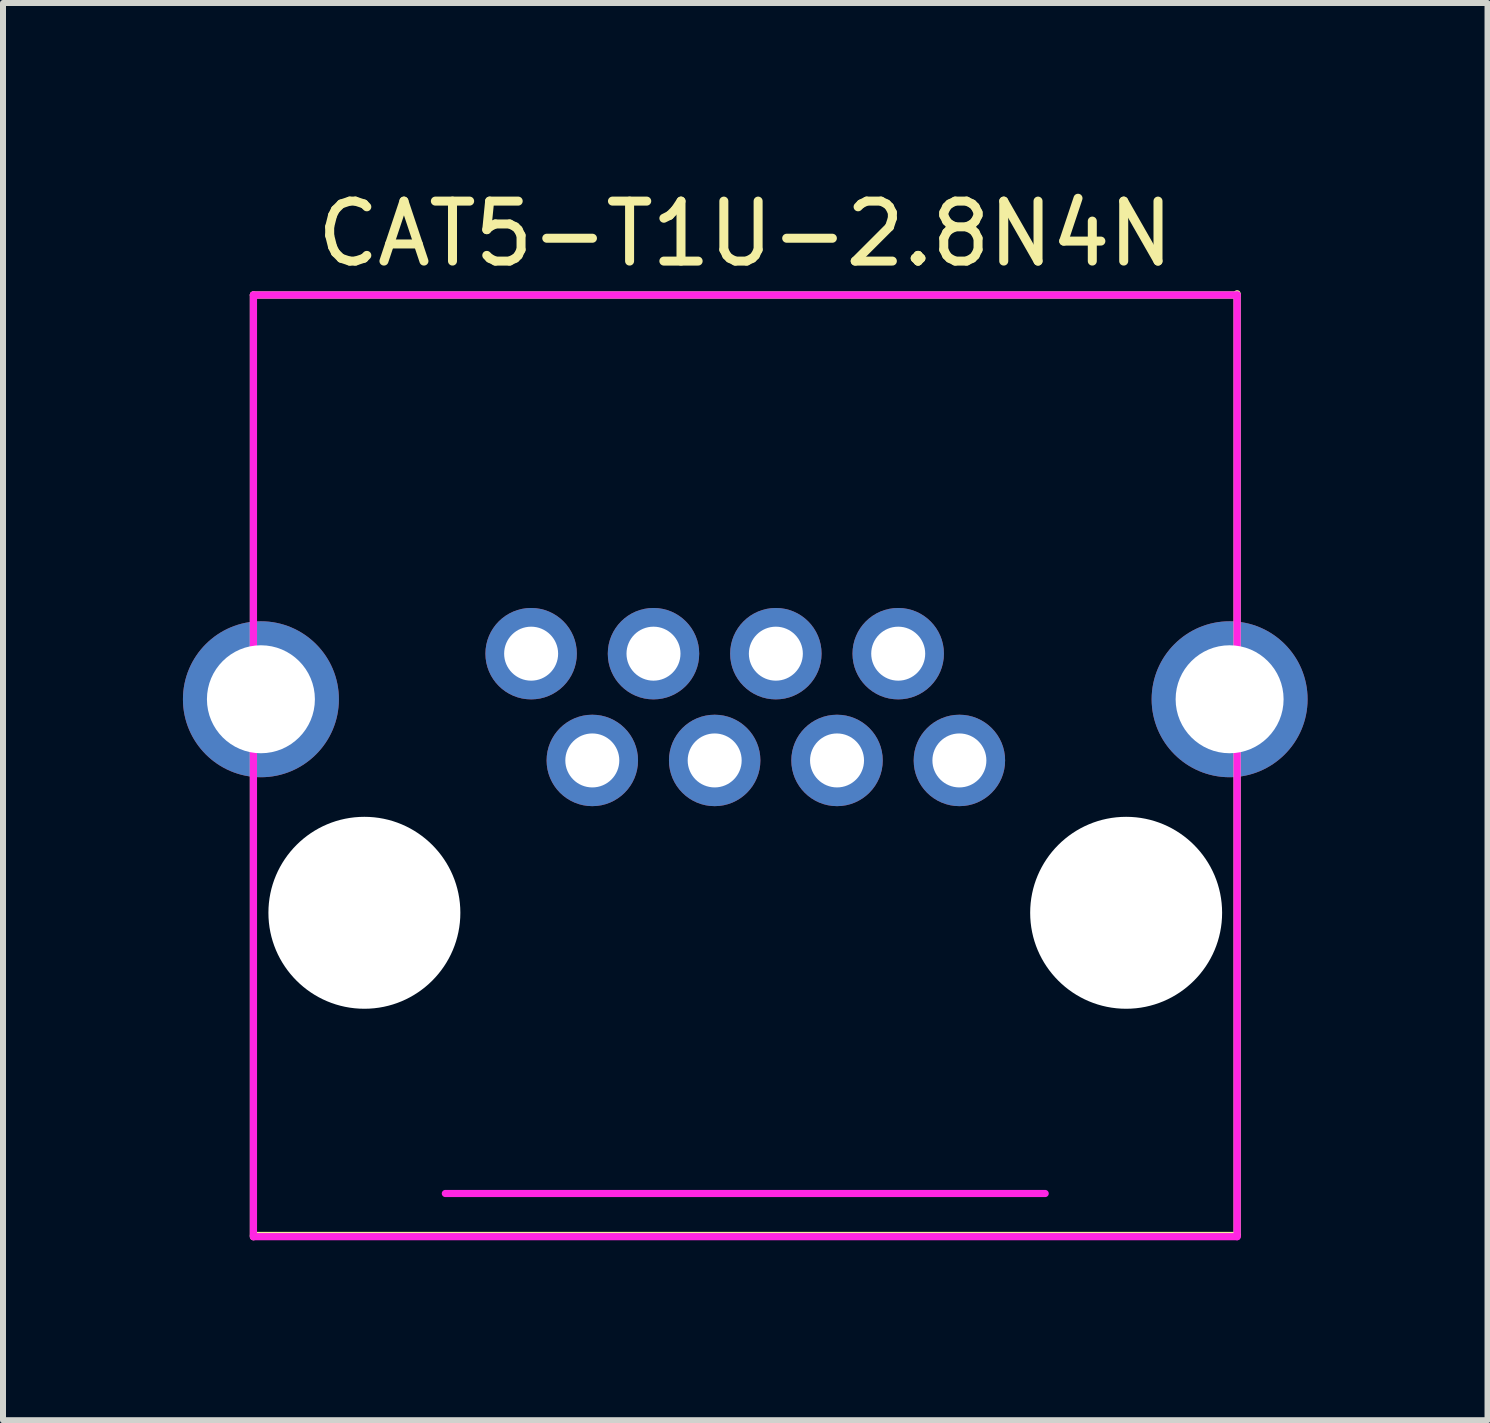
<source format=kicad_pcb>
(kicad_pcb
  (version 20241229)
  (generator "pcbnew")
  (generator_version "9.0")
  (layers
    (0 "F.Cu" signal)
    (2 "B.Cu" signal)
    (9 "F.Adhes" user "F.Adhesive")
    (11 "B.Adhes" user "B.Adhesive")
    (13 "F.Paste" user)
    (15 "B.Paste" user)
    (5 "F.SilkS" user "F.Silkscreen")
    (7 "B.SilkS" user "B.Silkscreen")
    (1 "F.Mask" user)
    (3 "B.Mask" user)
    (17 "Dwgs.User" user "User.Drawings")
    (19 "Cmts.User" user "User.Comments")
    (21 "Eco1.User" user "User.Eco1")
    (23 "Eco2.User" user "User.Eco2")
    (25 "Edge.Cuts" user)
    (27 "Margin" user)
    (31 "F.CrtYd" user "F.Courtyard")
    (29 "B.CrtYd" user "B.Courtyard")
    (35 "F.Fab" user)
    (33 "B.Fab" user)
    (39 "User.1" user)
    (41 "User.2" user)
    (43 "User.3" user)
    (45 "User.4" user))
  (footprint "CAT5-T1U-2.8N4N"
    (layer "F.Cu")
    (at 9.375 7.848)
    (property "Reference" "CAT5-T1U-2.8N4N" (at 0 -7 0) (layer "F.SilkS") (effects (font (size 1 1) (thickness 0.15))))
    (attr through_hole)
    (fp_line (start -8.2 -5.98) (end -8.2 9.72) (stroke (width 0.12) (type solid)) (layer "F.SilkS"))
    (fp_line (start 8.2 -5.98) (end -8.2 -5.98) (stroke (width 0.12) (type solid)) (layer "F.SilkS"))
    (fp_line (start 8.2 9.7) (end -8.2 9.7) (stroke (width 0.12) (type solid)) (layer "F.SilkS"))
    (fp_line (start 8.2 9.7) (end 8.2 -6) (stroke (width 0.12) (type solid)) (layer "F.SilkS"))
    (fp_line (start -8.2 -5.98) (end -8.2 9.72) (stroke (width 0.12) (type solid)) (layer "F.CrtYd"))
    (fp_line (start -5 9) (end 5 9) (stroke (width 0.12) (type solid)) (layer "F.CrtYd"))
    (fp_line (start 8.2 -5.98) (end -8.2 -5.98) (stroke (width 0.12) (type solid)) (layer "F.CrtYd"))
    (fp_line (start 8.2 9.72) (end -8.2 9.72) (stroke (width 0.12) (type solid)) (layer "F.CrtYd"))
    (fp_line (start 8.2 9.72) (end 8.2 -5.98) (stroke (width 0.12) (type solid)) (layer "F.CrtYd"))
    (pad "" np_thru_hole circle (at -6.35 4.32) (size 3.2 3.2) (drill 3.2) (layers "*.Cu" "*.Mask"))
    (pad "" np_thru_hole circle (at 6.35 4.32) (size 3.2 3.2) (drill 3.2) (layers "*.Cu" "*.Mask"))
    (pad "1" thru_hole circle (at 3.57 1.78) (size 1.524 1.524) (drill 0.9) (layers "*.Cu" "*.Mask"))
    (pad "2" thru_hole circle (at 2.55 0) (size 1.524 1.524) (drill 0.9) (layers "*.Cu" "*.Mask"))
    (pad "3" thru_hole circle (at 1.53 1.78) (size 1.524 1.524) (drill 0.9) (layers "*.Cu" "*.Mask"))
    (pad "4" thru_hole circle (at 0.51 0) (size 1.524 1.524) (drill 0.9) (layers "*.Cu" "*.Mask"))
    (pad "5" thru_hole circle (at -0.51 1.78) (size 1.524 1.524) (drill 0.9) (layers "*.Cu" "*.Mask"))
    (pad "6" thru_hole circle (at -1.53 0) (size 1.524 1.524) (drill 0.9) (layers "*.Cu" "*.Mask"))
    (pad "7" thru_hole circle (at -2.55 1.78) (size 1.524 1.524) (drill 0.9) (layers "*.Cu" "*.Mask"))
    (pad "8" thru_hole circle (at -3.57 0) (size 1.524 1.524) (drill 0.9) (layers "*.Cu" "*.Mask"))
    (pad "SH" thru_hole circle (at -8.075 0.76) (size 2.6 2.6) (drill 1.8) (layers "*.Cu" "*.Mask"))
    (pad "SH" thru_hole circle (at 8.075 0.76) (size 2.6 2.6) (drill 1.8) (layers "*.Cu" "*.Mask")))
  (gr_rect
    (start -3 -3)
    (end 21.75 20.628)
    (stroke (width 0.1) (type default))
    (fill no)
    (layer "Edge.Cuts")))
</source>
